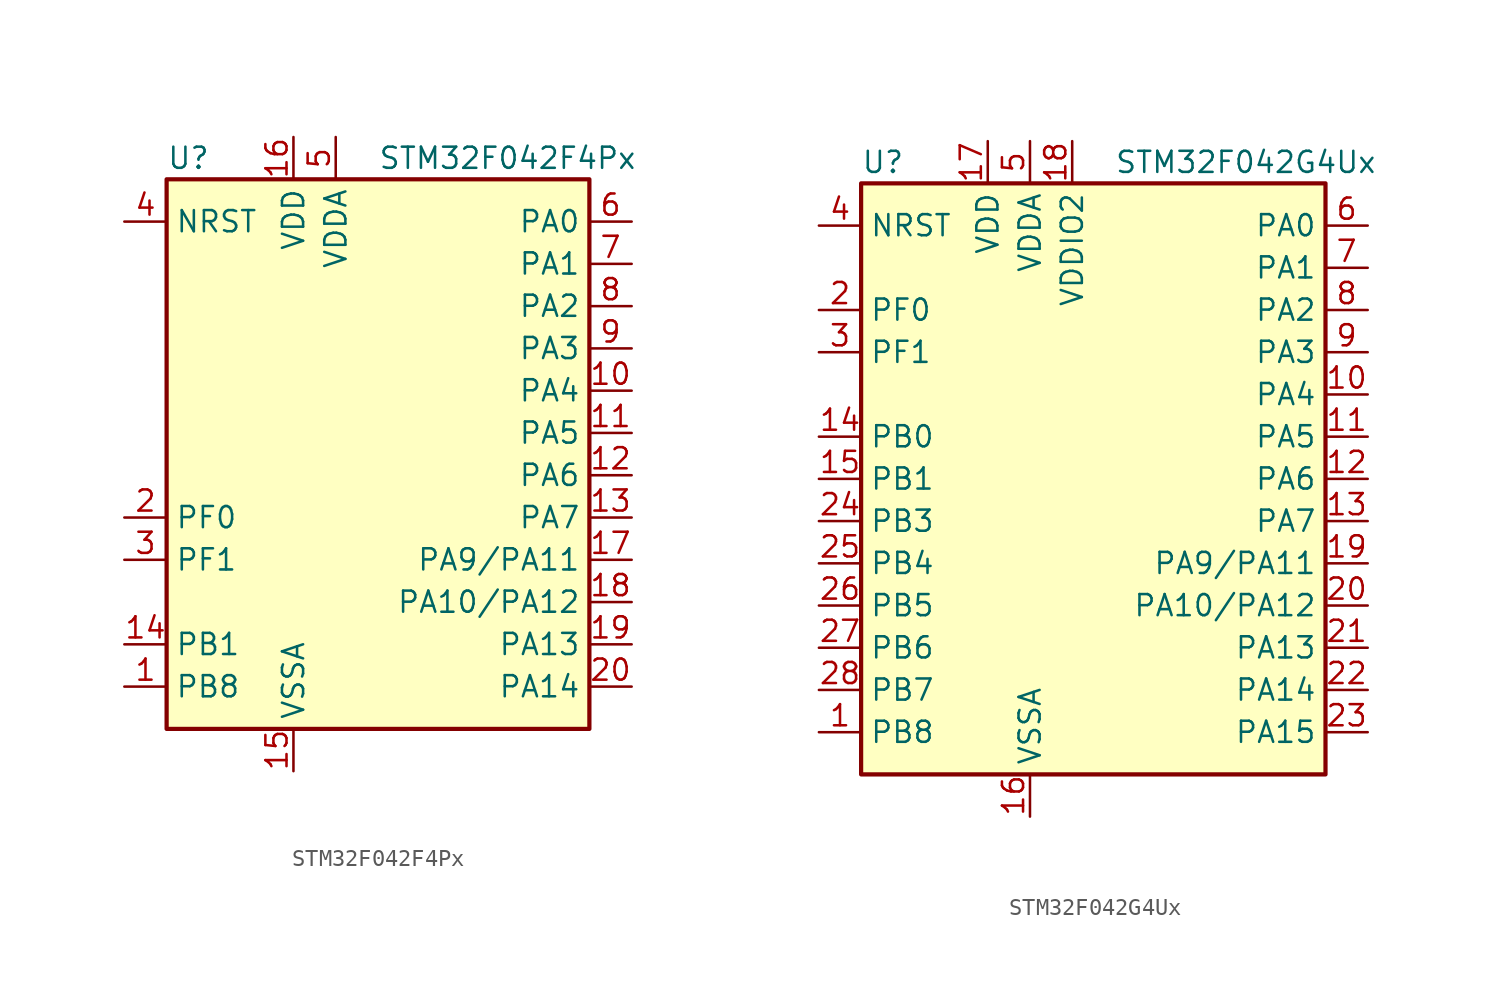
<source format=kicad_sym>
(kicad_symbol_lib
  (version 20201005)
  (generator kicad_symbol_editor)
  (symbol "STM32F042F4Px"
    (property "Reference" "U"
      (at -12.7 16.51 0)
      (effects (font (size 1.27 1.27)) (justify left)))
    (property "Value" "STM32F042F4Px"
      (at 0 16.51 0)
      (effects (font (size 1.27 1.27)) (justify left)))
    (symbol "STM32F042F4Px_0_1"
      (rectangle (start -12.7 -17.78) (end 12.7 15.24) (stroke (width 0.254)) (fill (type background))))
    (symbol "STM32F042F4Px_1_1"
      (pin input line (at -15.24 12.7 0) (length 2.54) (name "NRST" (effects (font (size 1.27 1.27)))) (number "4" (effects (font (size 1.27 1.27)))))
      (pin bidirectional line (at 15.24 12.7 180) (length 2.54) (name "PA0" (effects (font (size 1.27 1.27)))) (number "6" (effects (font (size 1.27 1.27)))))
      (pin bidirectional line (at 15.24 10.16 180) (length 2.54) (name "PA1" (effects (font (size 1.27 1.27)))) (number "7" (effects (font (size 1.27 1.27)))))
      (pin bidirectional line (at 15.24 -10.16 180) (length 2.54) (name "PA10/PA12" (effects (font (size 1.27 1.27)))) (number "18" (effects (font (size 1.27 1.27)))))
      (pin bidirectional line (at 15.24 -12.7 180) (length 2.54) (name "PA13" (effects (font (size 1.27 1.27)))) (number "19" (effects (font (size 1.27 1.27)))))
      (pin bidirectional line (at 15.24 -15.24 180) (length 2.54) (name "PA14" (effects (font (size 1.27 1.27)))) (number "20" (effects (font (size 1.27 1.27)))))
      (pin bidirectional line (at 15.24 7.62 180) (length 2.54) (name "PA2" (effects (font (size 1.27 1.27)))) (number "8" (effects (font (size 1.27 1.27)))))
      (pin bidirectional line (at 15.24 5.08 180) (length 2.54) (name "PA3" (effects (font (size 1.27 1.27)))) (number "9" (effects (font (size 1.27 1.27)))))
      (pin bidirectional line (at 15.24 2.54 180) (length 2.54) (name "PA4" (effects (font (size 1.27 1.27)))) (number "10" (effects (font (size 1.27 1.27)))))
      (pin bidirectional line (at 15.24 0 180) (length 2.54) (name "PA5" (effects (font (size 1.27 1.27)))) (number "11" (effects (font (size 1.27 1.27)))))
      (pin bidirectional line (at 15.24 -2.54 180) (length 2.54) (name "PA6" (effects (font (size 1.27 1.27)))) (number "12" (effects (font (size 1.27 1.27)))))
      (pin bidirectional line (at 15.24 -5.08 180) (length 2.54) (name "PA7" (effects (font (size 1.27 1.27)))) (number "13" (effects (font (size 1.27 1.27)))))
      (pin bidirectional line (at 15.24 -7.62 180) (length 2.54) (name "PA9/PA11" (effects (font (size 1.27 1.27)))) (number "17" (effects (font (size 1.27 1.27)))))
      (pin bidirectional line (at -15.24 -12.7 0) (length 2.54) (name "PB1" (effects (font (size 1.27 1.27)))) (number "14" (effects (font (size 1.27 1.27)))))
      (pin bidirectional line (at -15.24 -15.24 0) (length 2.54) (name "PB8" (effects (font (size 1.27 1.27)))) (number "1" (effects (font (size 1.27 1.27)))))
      (pin input line (at -15.24 -5.08 0) (length 2.54) (name "PF0" (effects (font (size 1.27 1.27)))) (number "2" (effects (font (size 1.27 1.27)))))
      (pin input line (at -15.24 -7.62 0) (length 2.54) (name "PF1" (effects (font (size 1.27 1.27)))) (number "3" (effects (font (size 1.27 1.27)))))
      (pin power_in line (at -5.08 17.78 270) (length 2.54) (name "VDD" (effects (font (size 1.27 1.27)))) (number "16" (effects (font (size 1.27 1.27)))))
      (pin power_in line (at -2.54 17.78 270) (length 2.54) (name "VDDA" (effects (font (size 1.27 1.27)))) (number "5" (effects (font (size 1.27 1.27)))))
      (pin power_in line (at -5.08 -20.32 90) (length 2.54) (name "VSSA" (effects (font (size 1.27 1.27)))) (number "15" (effects (font (size 1.27 1.27)))))))
  (symbol "STM32F042G4Ux"
    (property "Reference" "U"
      (at -15.24 19.05 0)
      (effects (font (size 1.27 1.27)) (justify left)))
    (property "Value" "STM32F042G4Ux"
      (at 0 19.05 0)
      (effects (font (size 1.27 1.27)) (justify left)))
    (symbol "STM32F042G4Ux_0_1"
      (rectangle (start -15.24 -17.78) (end 12.7 17.78) (stroke (width 0.254)) (fill (type background))))
    (symbol "STM32F042G4Ux_1_1"
      (pin input line (at -17.78 15.24 0) (length 2.54) (name "NRST" (effects (font (size 1.27 1.27)))) (number "4" (effects (font (size 1.27 1.27)))))
      (pin bidirectional line (at 15.24 15.24 180) (length 2.54) (name "PA0" (effects (font (size 1.27 1.27)))) (number "6" (effects (font (size 1.27 1.27)))))
      (pin bidirectional line (at 15.24 12.7 180) (length 2.54) (name "PA1" (effects (font (size 1.27 1.27)))) (number "7" (effects (font (size 1.27 1.27)))))
      (pin bidirectional line (at 15.24 -7.62 180) (length 2.54) (name "PA10/PA12" (effects (font (size 1.27 1.27)))) (number "20" (effects (font (size 1.27 1.27)))))
      (pin bidirectional line (at 15.24 -10.16 180) (length 2.54) (name "PA13" (effects (font (size 1.27 1.27)))) (number "21" (effects (font (size 1.27 1.27)))))
      (pin bidirectional line (at 15.24 -12.7 180) (length 2.54) (name "PA14" (effects (font (size 1.27 1.27)))) (number "22" (effects (font (size 1.27 1.27)))))
      (pin bidirectional line (at 15.24 -15.24 180) (length 2.54) (name "PA15" (effects (font (size 1.27 1.27)))) (number "23" (effects (font (size 1.27 1.27)))))
      (pin bidirectional line (at 15.24 10.16 180) (length 2.54) (name "PA2" (effects (font (size 1.27 1.27)))) (number "8" (effects (font (size 1.27 1.27)))))
      (pin bidirectional line (at 15.24 7.62 180) (length 2.54) (name "PA3" (effects (font (size 1.27 1.27)))) (number "9" (effects (font (size 1.27 1.27)))))
      (pin bidirectional line (at 15.24 5.08 180) (length 2.54) (name "PA4" (effects (font (size 1.27 1.27)))) (number "10" (effects (font (size 1.27 1.27)))))
      (pin bidirectional line (at 15.24 2.54 180) (length 2.54) (name "PA5" (effects (font (size 1.27 1.27)))) (number "11" (effects (font (size 1.27 1.27)))))
      (pin bidirectional line (at 15.24 0 180) (length 2.54) (name "PA6" (effects (font (size 1.27 1.27)))) (number "12" (effects (font (size 1.27 1.27)))))
      (pin bidirectional line (at 15.24 -2.54 180) (length 2.54) (name "PA7" (effects (font (size 1.27 1.27)))) (number "13" (effects (font (size 1.27 1.27)))))
      (pin bidirectional line (at 15.24 -5.08 180) (length 2.54) (name "PA9/PA11" (effects (font (size 1.27 1.27)))) (number "19" (effects (font (size 1.27 1.27)))))
      (pin bidirectional line (at -17.78 2.54 0) (length 2.54) (name "PB0" (effects (font (size 1.27 1.27)))) (number "14" (effects (font (size 1.27 1.27)))))
      (pin bidirectional line (at -17.78 0 0) (length 2.54) (name "PB1" (effects (font (size 1.27 1.27)))) (number "15" (effects (font (size 1.27 1.27)))))
      (pin bidirectional line (at -17.78 -2.54 0) (length 2.54) (name "PB3" (effects (font (size 1.27 1.27)))) (number "24" (effects (font (size 1.27 1.27)))))
      (pin bidirectional line (at -17.78 -5.08 0) (length 2.54) (name "PB4" (effects (font (size 1.27 1.27)))) (number "25" (effects (font (size 1.27 1.27)))))
      (pin bidirectional line (at -17.78 -7.62 0) (length 2.54) (name "PB5" (effects (font (size 1.27 1.27)))) (number "26" (effects (font (size 1.27 1.27)))))
      (pin bidirectional line (at -17.78 -10.16 0) (length 2.54) (name "PB6" (effects (font (size 1.27 1.27)))) (number "27" (effects (font (size 1.27 1.27)))))
      (pin bidirectional line (at -17.78 -12.7 0) (length 2.54) (name "PB7" (effects (font (size 1.27 1.27)))) (number "28" (effects (font (size 1.27 1.27)))))
      (pin bidirectional line (at -17.78 -15.24 0) (length 2.54) (name "PB8" (effects (font (size 1.27 1.27)))) (number "1" (effects (font (size 1.27 1.27)))))
      (pin input line (at -17.78 10.16 0) (length 2.54) (name "PF0" (effects (font (size 1.27 1.27)))) (number "2" (effects (font (size 1.27 1.27)))))
      (pin input line (at -17.78 7.62 0) (length 2.54) (name "PF1" (effects (font (size 1.27 1.27)))) (number "3" (effects (font (size 1.27 1.27)))))
      (pin power_in line (at -7.62 20.32 270) (length 2.54) (name "VDD" (effects (font (size 1.27 1.27)))) (number "17" (effects (font (size 1.27 1.27)))))
      (pin power_in line (at -5.08 20.32 270) (length 2.54) (name "VDDA" (effects (font (size 1.27 1.27)))) (number "5" (effects (font (size 1.27 1.27)))))
      (pin power_in line (at -2.54 20.32 270) (length 2.54) (name "VDDIO2" (effects (font (size 1.27 1.27)))) (number "18" (effects (font (size 1.27 1.27)))))
      (pin power_in line (at -5.08 -20.32 90) (length 2.54) (name "VSSA" (effects (font (size 1.27 1.27)))) (number "16" (effects (font (size 1.27 1.27))))))))
</source>
